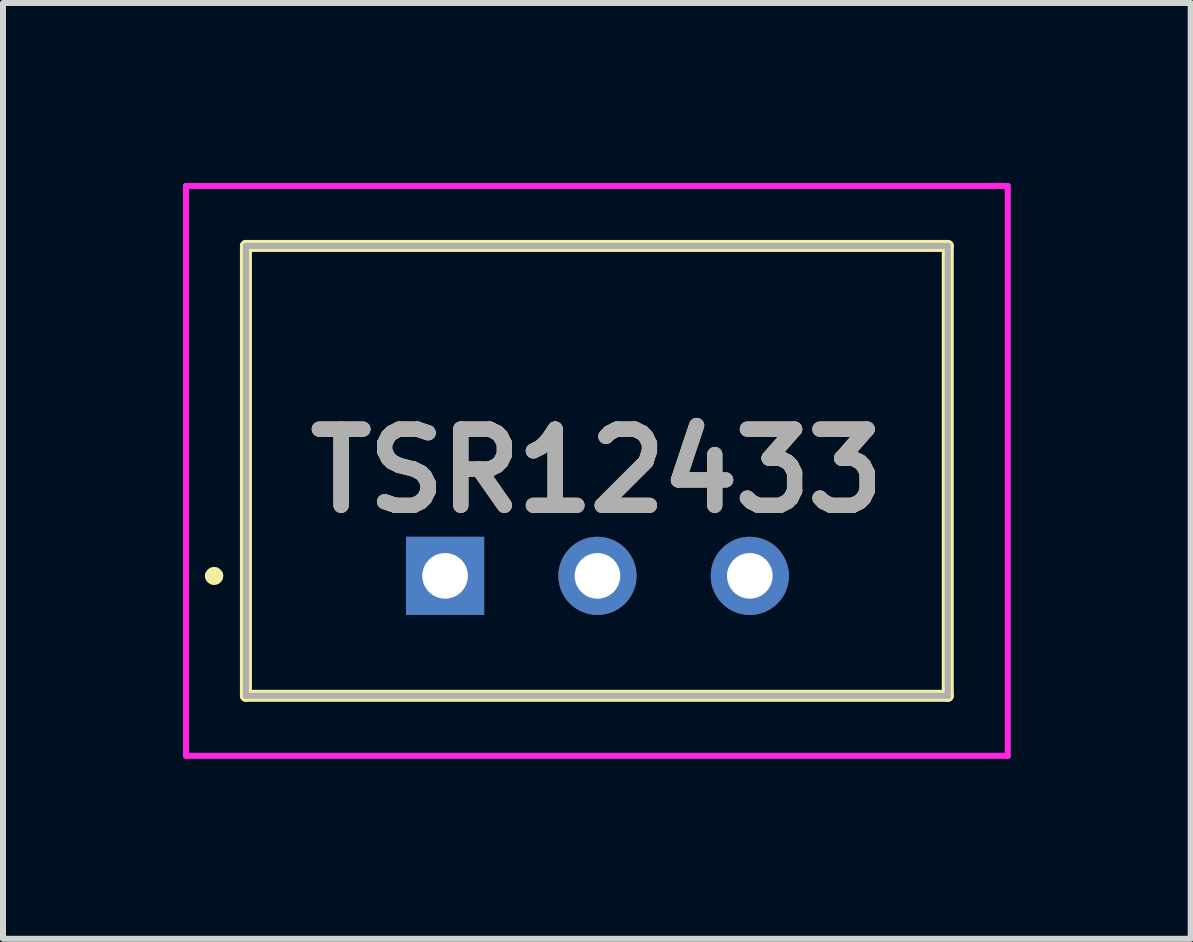
<source format=kicad_pcb>
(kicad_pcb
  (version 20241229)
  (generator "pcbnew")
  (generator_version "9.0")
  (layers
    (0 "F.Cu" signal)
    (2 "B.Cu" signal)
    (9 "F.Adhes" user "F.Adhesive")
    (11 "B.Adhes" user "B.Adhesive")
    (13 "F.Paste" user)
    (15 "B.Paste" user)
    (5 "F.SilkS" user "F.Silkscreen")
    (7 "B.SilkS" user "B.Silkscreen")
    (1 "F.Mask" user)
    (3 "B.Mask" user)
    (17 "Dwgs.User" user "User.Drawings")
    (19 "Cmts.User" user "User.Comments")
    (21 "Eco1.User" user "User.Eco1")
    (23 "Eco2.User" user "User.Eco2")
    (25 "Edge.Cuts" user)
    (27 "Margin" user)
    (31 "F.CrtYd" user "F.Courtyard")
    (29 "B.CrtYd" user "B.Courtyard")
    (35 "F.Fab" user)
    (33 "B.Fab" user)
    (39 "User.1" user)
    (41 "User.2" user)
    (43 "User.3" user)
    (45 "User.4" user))
  (footprint "TSR12433"
    (layer "F.Cu")
    (at 4.37 6.55)
    (property "Reference" "TSR12433" (at 2.53 -1.75 0) (layer "F.SilkS") (effects (font (size 1.27 1.27) (thickness 0.254))))
    (attr through_hole)
    (fp_line (start -3.9 0) (end -3.9 0) (stroke (width 0.2) (type solid)) (layer "F.SilkS"))
    (fp_line (start -3.9 0) (end -3.9 0) (stroke (width 0.2) (type solid)) (layer "F.SilkS"))
    (fp_line (start -3.8 0) (end -3.8 0) (stroke (width 0.2) (type solid)) (layer "F.SilkS"))
    (fp_line (start -3.32 -5.5) (end -3.32 2) (stroke (width 0.2) (type solid)) (layer "F.SilkS"))
    (fp_line (start -3.32 2) (end 8.38 2) (stroke (width 0.2) (type solid)) (layer "F.SilkS"))
    (fp_line (start 8.38 -5.5) (end -3.32 -5.5) (stroke (width 0.2) (type solid)) (layer "F.SilkS"))
    (fp_line (start 8.38 2) (end 8.38 -5.5) (stroke (width 0.2) (type solid)) (layer "F.SilkS"))
    (fp_arc (start -3.9 0) (mid -3.85 -0.05) (end -3.8 0) (stroke (width 0.2) (type solid)) (layer "F.SilkS"))
    (fp_arc (start -3.8 0) (mid -3.85 0.05) (end -3.9 0) (stroke (width 0.2) (type solid)) (layer "F.SilkS"))
    (fp_arc (start -3.8 0) (mid -3.85 0.05) (end -3.9 0) (stroke (width 0.2) (type solid)) (layer "F.SilkS"))
    (fp_line (start -4.32 -6.5) (end -4.32 3) (stroke (width 0.1) (type solid)) (layer "F.CrtYd"))
    (fp_line (start -4.32 3) (end 9.38 3) (stroke (width 0.1) (type solid)) (layer "F.CrtYd"))
    (fp_line (start 9.38 -6.5) (end -4.32 -6.5) (stroke (width 0.1) (type solid)) (layer "F.CrtYd"))
    (fp_line (start 9.38 3) (end 9.38 -6.5) (stroke (width 0.1) (type solid)) (layer "F.CrtYd"))
    (fp_line (start -3.32 -5.5) (end 8.38 -5.5) (stroke (width 0.1) (type solid)) (layer "F.Fab"))
    (fp_line (start -3.32 2) (end -3.32 -5.5) (stroke (width 0.1) (type solid)) (layer "F.Fab"))
    (fp_line (start 8.38 -5.5) (end 8.38 2) (stroke (width 0.1) (type solid)) (layer "F.Fab"))
    (fp_line (start 8.38 2) (end -3.32 2) (stroke (width 0.1) (type solid)) (layer "F.Fab"))
    (fp_text user "${REFERENCE}" (at 2.53 -1.75 0) (layer "F.Fab") (effects (font (size 1.27 1.27) (thickness 0.254))))
    (pad "1" thru_hole rect (at 0 0) (size 1.303 1.303) (drill 0.76) (layers "*.Cu" "*.Mask"))
    (pad "2" thru_hole circle (at 2.54 0) (size 1.303 1.303) (drill 0.76) (layers "*.Cu" "*.Mask"))
    (pad "3" thru_hole circle (at 5.08 0) (size 1.303 1.303) (drill 0.76) (layers "*.Cu" "*.Mask")))
  (gr_rect
    (start -3 -3)
    (end 16.8 12.6)
    (stroke (width 0.1) (type default))
    (fill no)
    (layer "Edge.Cuts")))
</source>
